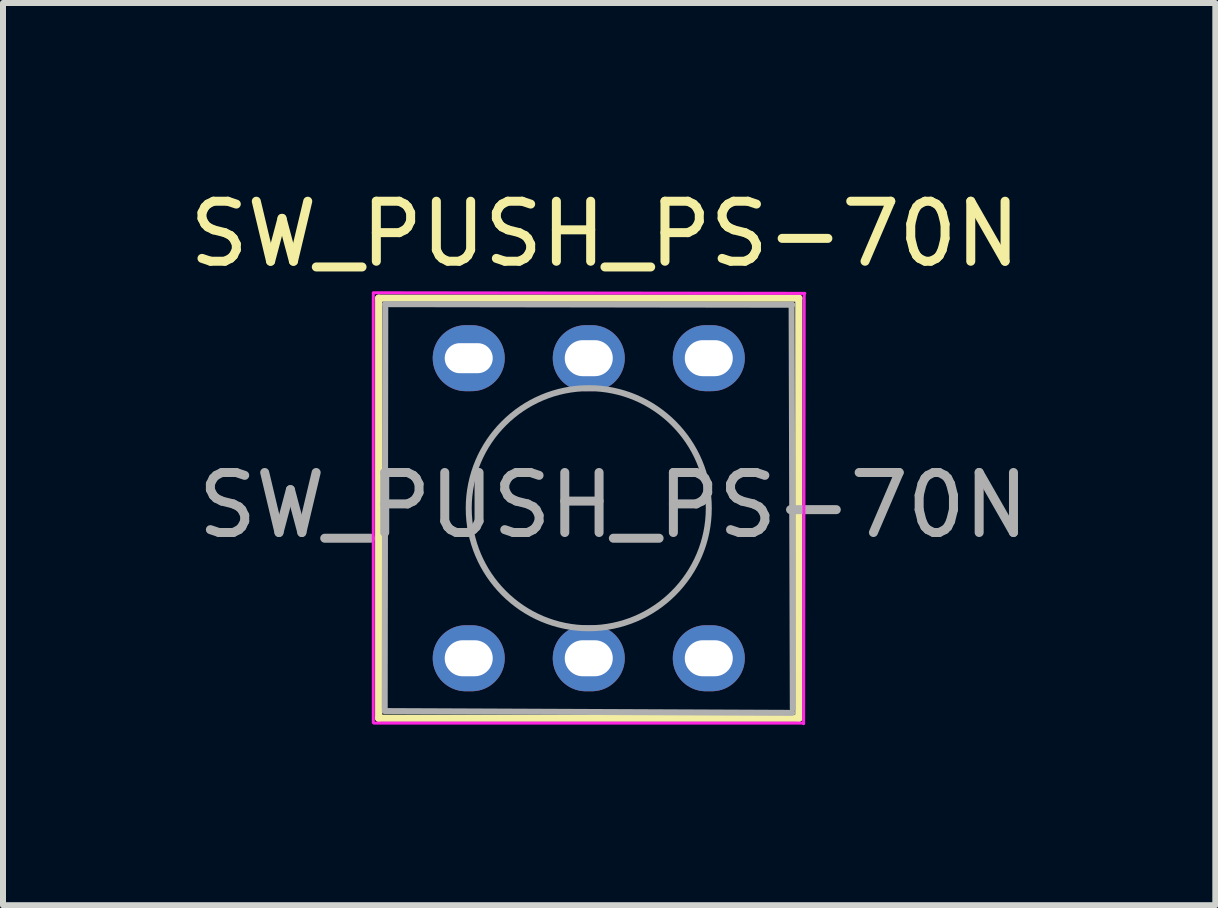
<source format=kicad_pcb>
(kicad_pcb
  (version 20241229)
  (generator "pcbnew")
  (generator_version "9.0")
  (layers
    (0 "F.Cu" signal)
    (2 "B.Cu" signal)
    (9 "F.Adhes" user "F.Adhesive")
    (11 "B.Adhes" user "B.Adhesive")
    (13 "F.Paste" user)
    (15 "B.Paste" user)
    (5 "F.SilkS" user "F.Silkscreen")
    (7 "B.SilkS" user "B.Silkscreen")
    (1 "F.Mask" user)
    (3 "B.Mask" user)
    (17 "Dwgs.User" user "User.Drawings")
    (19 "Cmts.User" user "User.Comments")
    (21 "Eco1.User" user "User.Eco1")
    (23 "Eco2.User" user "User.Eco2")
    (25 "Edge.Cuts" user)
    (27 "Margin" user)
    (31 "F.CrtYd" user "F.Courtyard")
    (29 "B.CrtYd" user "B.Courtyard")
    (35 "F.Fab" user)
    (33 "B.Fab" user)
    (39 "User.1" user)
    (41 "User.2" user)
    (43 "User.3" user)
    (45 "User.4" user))
  (footprint "SW_PUSH_PS-70N"
    (layer "F.Cu")
    (at 4.76 2.918)
    (property "Reference" "SW_PUSH_PS-70N" (at 2.27 -2.07 0) (layer "F.SilkS") (effects (font (size 1 1) (thickness 0.15))))
    (attr through_hole)
    (fp_line (start -1.5 -1) (end -1.5 6) (stroke (width 0.12) (type solid)) (layer "F.SilkS"))
    (fp_line (start -1.5 -1) (end 5.5 -1) (stroke (width 0.12) (type solid)) (layer "F.SilkS"))
    (fp_line (start -1.5 6) (end 5.5 6) (stroke (width 0.12) (type solid)) (layer "F.SilkS"))
    (fp_line (start 5.5 6) (end 5.5 -1) (stroke (width 0.12) (type solid)) (layer "F.SilkS"))
    (fp_line (start -1.59 -1.09) (end 5.6 -1.08) (stroke (width 0.05) (type solid)) (layer "F.CrtYd"))
    (fp_line (start -1.59 6.07) (end -1.59 -1.08) (stroke (width 0.05) (type solid)) (layer "F.CrtYd"))
    (fp_line (start 5.57 6.08) (end -1.58 6.08) (stroke (width 0.05) (type solid)) (layer "F.CrtYd"))
    (fp_line (start 5.59 -1.06) (end 5.58 6.09) (stroke (width 0.05) (type solid)) (layer "F.CrtYd"))
    (fp_line (start -1.4 5.83) (end -1.39 -0.9) (stroke (width 0.1) (type solid)) (layer "F.Fab"))
    (fp_line (start -1.39 -0.9) (end 5.39 -0.89) (stroke (width 0.1) (type solid)) (layer "F.Fab"))
    (fp_line (start 5.38 -0.9) (end 5.4 5.84) (stroke (width 0.1) (type solid)) (layer "F.Fab"))
    (fp_line (start 5.39 5.91) (end -1.4 5.88) (stroke (width 0.1) (type solid)) (layer "F.Fab"))
    (fp_circle (center 2 2.5) (end 4 2.5) (stroke (width 0.1) (type solid)) (fill no) (layer "F.Fab"))
    (fp_text user "${REFERENCE}" (at 2.41 2.45 0) (layer "F.Fab") (effects (font (size 1 1) (thickness 0.15))))
    (pad "1" thru_hole oval (at 0 0) (size 1.2 1.1) (drill oval 0.8 0.5) (layers "*.Cu" "*.Mask"))
    (pad "2" thru_hole oval (at 2 0) (size 1.2 1.1) (drill oval 0.8 0.6) (layers "*.Cu" "*.Mask"))
    (pad "3" thru_hole oval (at 4 0) (size 1.2 1.1) (drill oval 0.8 0.6) (layers "*.Cu" "*.Mask"))
    (pad "4" thru_hole oval (at 0 5) (size 1.2 1.1) (drill oval 0.8 0.6) (layers "*.Cu" "*.Mask"))
    (pad "5" thru_hole oval (at 2 5) (size 1.2 1.1) (drill oval 0.8 0.6) (layers "*.Cu" "*.Mask"))
    (pad "6" thru_hole oval (at 4 5) (size 1.2 1.1) (drill oval 0.8 0.6) (layers "*.Cu" "*.Mask")))
  (gr_rect
    (start -3 -3)
    (end 17.2 12.033)
    (stroke (width 0.1) (type default))
    (fill no)
    (layer "Edge.Cuts")))
</source>
